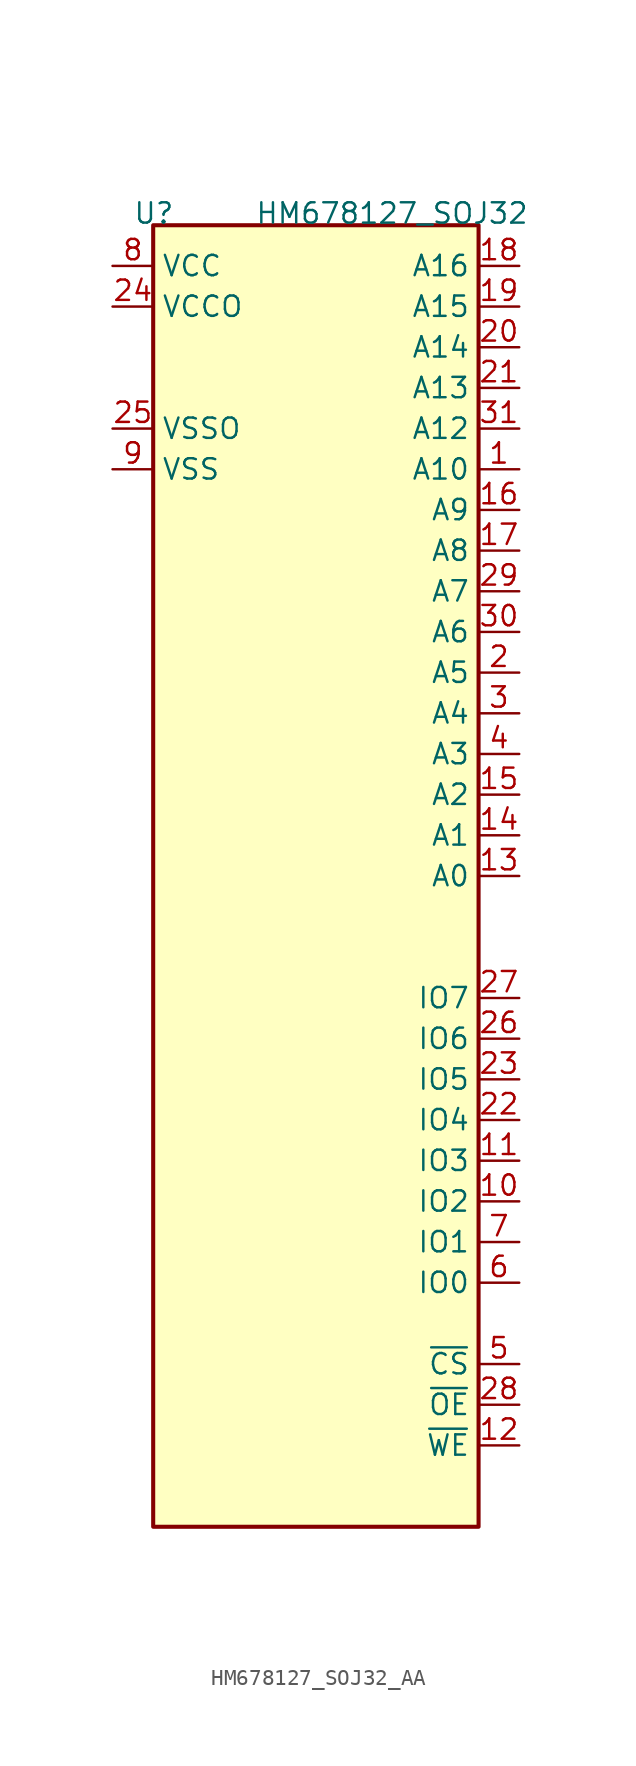
<source format=kicad_sym>
(kicad_symbol_lib
  (version 20220914)
  (generator kicad_symbol_editor)
  (symbol "HM678127_SOJ32_AA"
    (property "Reference" "U"
      (at -11.43 40.64 0)
      (effects (font (size 1.27 1.27)) (justify left bottom)))
    (property "Value" "HM678127_SOJ32"
      (at -3.81 40.64 0)
      (effects (font (size 1.27 1.27)) (justify left bottom)))
    (symbol "HM678127_SOJ32_AA_0_0"
      (pin power_in line (at -12.7 38.1 0) (length 2.54) (name "VCC" (effects (font (size 1.27 1.27)))) (number "8" (effects (font (size 1.27 1.27)))))
      (pin power_in line (at -12.7 25.4 0) (length 2.54) (name "VSS" (effects (font (size 1.27 1.27)))) (number "9" (effects (font (size 1.27 1.27))))))
    (symbol "HM678127_SOJ32_AA_0_1"
      (rectangle (start -10.16 40.64) (end 10.16 -40.64) (stroke (width 0.254) (type default)) (fill (type background))))
    (symbol "HM678127_SOJ32_AA_1_1"
      (pin input line (at 12.7 25.4 180) (length 2.54) (name "A10" (effects (font (size 1.27 1.27)))) (number "1" (effects (font (size 1.27 1.27)))))
      (pin tri_state line (at 12.7 -20.32 180) (length 2.54) (name "IO2" (effects (font (size 1.27 1.27)))) (number "10" (effects (font (size 1.27 1.27)))))
      (pin tri_state line (at 12.7 -17.78 180) (length 2.54) (name "IO3" (effects (font (size 1.27 1.27)))) (number "11" (effects (font (size 1.27 1.27)))))
      (pin input line (at 12.7 -35.56 180) (length 2.54) (name "~{WE}" (effects (font (size 1.27 1.27)))) (number "12" (effects (font (size 1.27 1.27)))))
      (pin input line (at 12.7 0 180) (length 2.54) (name "A0" (effects (font (size 1.27 1.27)))) (number "13" (effects (font (size 1.27 1.27)))))
      (pin input line (at 12.7 2.54 180) (length 2.54) (name "A1" (effects (font (size 1.27 1.27)))) (number "14" (effects (font (size 1.27 1.27)))))
      (pin input line (at 12.7 5.08 180) (length 2.54) (name "A2" (effects (font (size 1.27 1.27)))) (number "15" (effects (font (size 1.27 1.27)))))
      (pin input line (at 12.7 22.86 180) (length 2.54) (name "A9" (effects (font (size 1.27 1.27)))) (number "16" (effects (font (size 1.27 1.27)))))
      (pin input line (at 12.7 20.32 180) (length 2.54) (name "A8" (effects (font (size 1.27 1.27)))) (number "17" (effects (font (size 1.27 1.27)))))
      (pin input line (at 12.7 38.1 180) (length 2.54) (name "A16" (effects (font (size 1.27 1.27)))) (number "18" (effects (font (size 1.27 1.27)))))
      (pin input line (at 12.7 35.56 180) (length 2.54) (name "A15" (effects (font (size 1.27 1.27)))) (number "19" (effects (font (size 1.27 1.27)))))
      (pin input line (at 12.7 12.7 180) (length 2.54) (name "A5" (effects (font (size 1.27 1.27)))) (number "2" (effects (font (size 1.27 1.27)))))
      (pin input line (at 12.7 33.02 180) (length 2.54) (name "A14" (effects (font (size 1.27 1.27)))) (number "20" (effects (font (size 1.27 1.27)))))
      (pin input line (at 12.7 30.48 180) (length 2.54) (name "A13" (effects (font (size 1.27 1.27)))) (number "21" (effects (font (size 1.27 1.27)))))
      (pin tri_state line (at 12.7 -15.24 180) (length 2.54) (name "IO4" (effects (font (size 1.27 1.27)))) (number "22" (effects (font (size 1.27 1.27)))))
      (pin tri_state line (at 12.7 -12.7 180) (length 2.54) (name "IO5" (effects (font (size 1.27 1.27)))) (number "23" (effects (font (size 1.27 1.27)))))
      (pin power_in line (at -12.7 35.56 0) (length 2.54) (name "VCCO" (effects (font (size 1.27 1.27)))) (number "24" (effects (font (size 1.27 1.27)))))
      (pin power_in line (at -12.7 27.94 0) (length 2.54) (name "VSSO" (effects (font (size 1.27 1.27)))) (number "25" (effects (font (size 1.27 1.27)))))
      (pin tri_state line (at 12.7 -10.16 180) (length 2.54) (name "IO6" (effects (font (size 1.27 1.27)))) (number "26" (effects (font (size 1.27 1.27)))))
      (pin tri_state line (at 12.7 -7.62 180) (length 2.54) (name "IO7" (effects (font (size 1.27 1.27)))) (number "27" (effects (font (size 1.27 1.27)))))
      (pin input line (at 12.7 -33.02 180) (length 2.54) (name "~{OE}" (effects (font (size 1.27 1.27)))) (number "28" (effects (font (size 1.27 1.27)))))
      (pin input line (at 12.7 17.78 180) (length 2.54) (name "A7" (effects (font (size 1.27 1.27)))) (number "29" (effects (font (size 1.27 1.27)))))
      (pin input line (at 12.7 10.16 180) (length 2.54) (name "A4" (effects (font (size 1.27 1.27)))) (number "3" (effects (font (size 1.27 1.27)))))
      (pin input line (at 12.7 15.24 180) (length 2.54) (name "A6" (effects (font (size 1.27 1.27)))) (number "30" (effects (font (size 1.27 1.27)))))
      (pin input line (at 12.7 27.94 180) (length 2.54) (name "A12" (effects (font (size 1.27 1.27)))) (number "31" (effects (font (size 1.27 1.27)))))
      (pin input line (at 12.7 7.62 180) (length 2.54) (name "A3" (effects (font (size 1.27 1.27)))) (number "4" (effects (font (size 1.27 1.27)))))
      (pin input line (at 12.7 -30.48 180) (length 2.54) (name "~{CS}" (effects (font (size 1.27 1.27)))) (number "5" (effects (font (size 1.27 1.27)))))
      (pin tri_state line (at 12.7 -25.4 180) (length 2.54) (name "IO0" (effects (font (size 1.27 1.27)))) (number "6" (effects (font (size 1.27 1.27)))))
      (pin tri_state line (at 12.7 -22.86 180) (length 2.54) (name "IO1" (effects (font (size 1.27 1.27)))) (number "7" (effects (font (size 1.27 1.27))))))))
</source>
